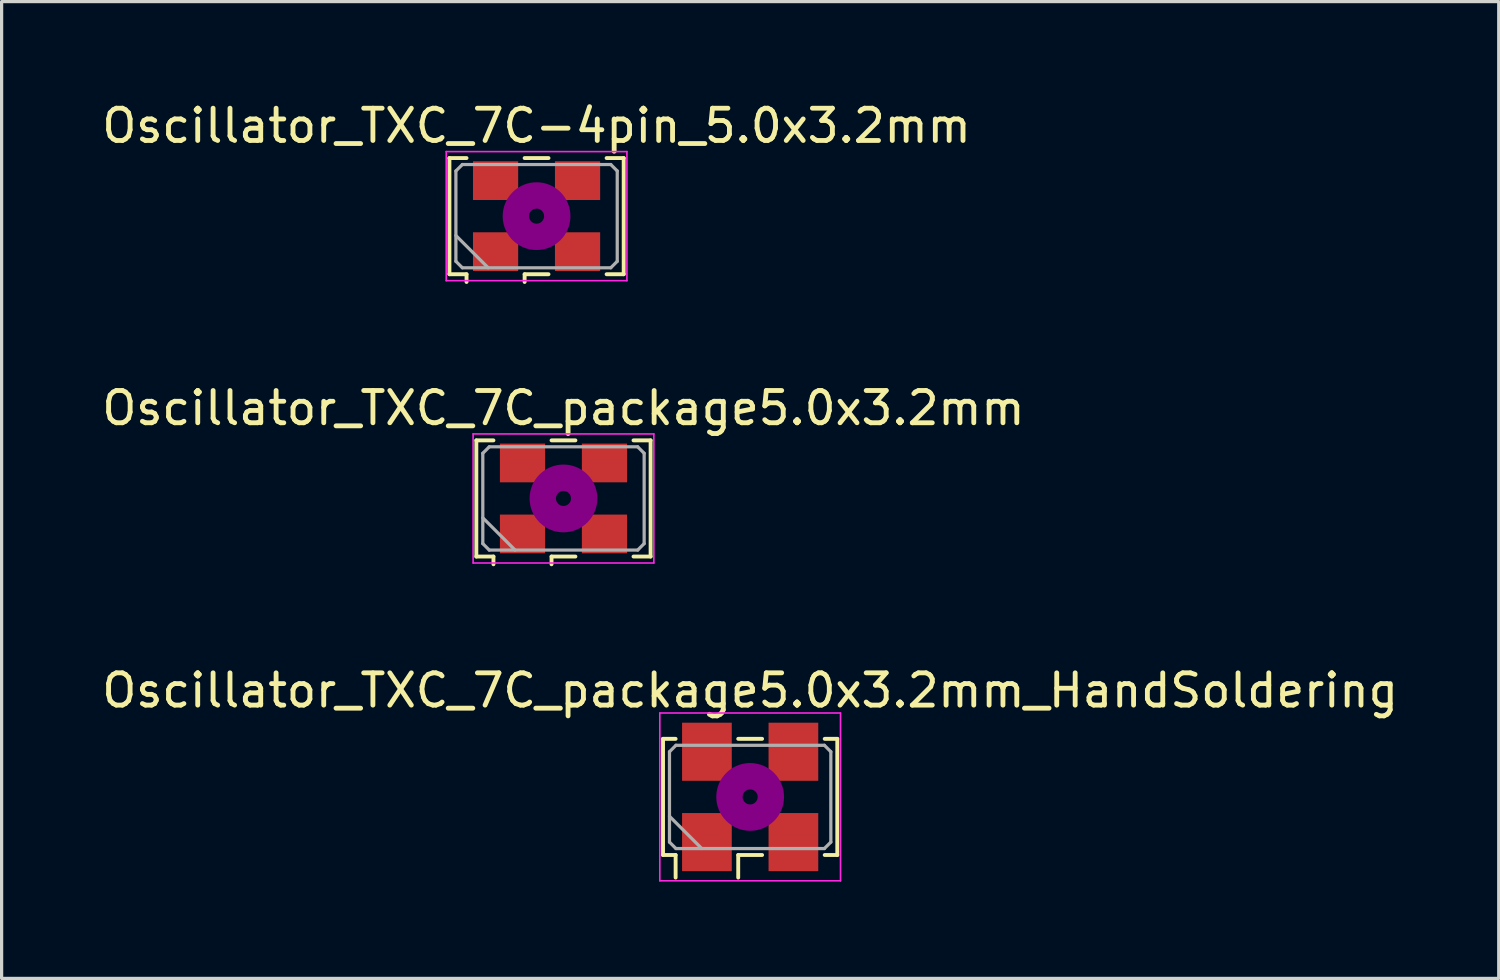
<source format=kicad_pcb>
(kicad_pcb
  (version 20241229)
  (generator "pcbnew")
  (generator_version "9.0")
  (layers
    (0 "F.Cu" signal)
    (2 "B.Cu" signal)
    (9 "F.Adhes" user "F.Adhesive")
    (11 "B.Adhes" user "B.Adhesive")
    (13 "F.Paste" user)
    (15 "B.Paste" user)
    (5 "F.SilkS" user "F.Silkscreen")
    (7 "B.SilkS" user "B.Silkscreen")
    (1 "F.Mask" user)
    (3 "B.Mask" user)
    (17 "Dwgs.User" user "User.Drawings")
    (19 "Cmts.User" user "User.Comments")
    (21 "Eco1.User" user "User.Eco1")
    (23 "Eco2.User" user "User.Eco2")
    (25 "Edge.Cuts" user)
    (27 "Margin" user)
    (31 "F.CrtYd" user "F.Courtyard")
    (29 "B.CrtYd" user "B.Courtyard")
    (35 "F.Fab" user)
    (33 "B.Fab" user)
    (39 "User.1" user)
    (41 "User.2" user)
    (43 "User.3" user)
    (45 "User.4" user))
  (footprint "Oscillator_TXC_7C_package5.0x3.2mm_HandSoldering"
    (layer "F.Cu")
    (at 20.196 21.645)
    (property "Reference" "Oscillator_TXC_7C_package5.0x3.2mm_HandSoldering" (at 0 -3.3 0) (layer "F.SilkS") (effects (font (size 1 1) (thickness 0.15))))
    (attr smd)
    (fp_line (start -2.7 -1.8) (end -2.31 -1.8) (stroke (width 0.12) (type solid)) (layer "F.SilkS"))
    (fp_line (start -2.7 1.8) (end -2.7 -1.8) (stroke (width 0.12) (type solid)) (layer "F.SilkS"))
    (fp_line (start -2.31 1.8) (end -2.7 1.8) (stroke (width 0.12) (type solid)) (layer "F.SilkS"))
    (fp_line (start -2.31 2.5) (end -2.31 1.8) (stroke (width 0.12) (type solid)) (layer "F.SilkS"))
    (fp_line (start -0.37 -1.8) (end 0.37 -1.8) (stroke (width 0.12) (type solid)) (layer "F.SilkS"))
    (fp_line (start -0.37 1.8) (end -0.37 2.5) (stroke (width 0.12) (type solid)) (layer "F.SilkS"))
    (fp_line (start 0.37 1.8) (end -0.37 1.8) (stroke (width 0.12) (type solid)) (layer "F.SilkS"))
    (fp_line (start 2.31 -1.8) (end 2.7 -1.8) (stroke (width 0.12) (type solid)) (layer "F.SilkS"))
    (fp_line (start 2.7 -1.8) (end 2.7 1.8) (stroke (width 0.12) (type solid)) (layer "F.SilkS"))
    (fp_line (start 2.7 1.8) (end 2.31 1.8) (stroke (width 0.12) (type solid)) (layer "F.SilkS"))
    (fp_circle (center 0 0) (end 0.233 0) (stroke (width 0.467) (type solid)) (fill no) (layer "F.Adhes"))
    (fp_circle (center 0 0) (end 0.533 0) (stroke (width 0.333) (type solid)) (fill no) (layer "F.Adhes"))
    (fp_circle (center 0 0) (end 0.833 0) (stroke (width 0.333) (type solid)) (fill no) (layer "F.Adhes"))
    (fp_circle (center 0 0) (end 1 0) (stroke (width 0.1) (type solid)) (fill no) (layer "F.Adhes"))
    (fp_line (start -2.8 -2.6) (end -2.8 2.6) (stroke (width 0.05) (type solid)) (layer "F.CrtYd"))
    (fp_line (start -2.8 2.6) (end 2.8 2.6) (stroke (width 0.05) (type solid)) (layer "F.CrtYd"))
    (fp_line (start 2.8 -2.6) (end -2.8 -2.6) (stroke (width 0.05) (type solid)) (layer "F.CrtYd"))
    (fp_line (start 2.8 2.6) (end 2.8 -2.6) (stroke (width 0.05) (type solid)) (layer "F.CrtYd"))
    (fp_line (start -2.5 -1.4) (end -2.3 -1.6) (stroke (width 0.1) (type solid)) (layer "F.Fab"))
    (fp_line (start -2.5 0.6) (end -1.5 1.6) (stroke (width 0.1) (type solid)) (layer "F.Fab"))
    (fp_line (start -2.5 1.4) (end -2.5 -1.4) (stroke (width 0.1) (type solid)) (layer "F.Fab"))
    (fp_line (start -2.3 -1.6) (end 2.3 -1.6) (stroke (width 0.1) (type solid)) (layer "F.Fab"))
    (fp_line (start -2.3 1.6) (end -2.5 1.4) (stroke (width 0.1) (type solid)) (layer "F.Fab"))
    (fp_line (start 2.3 -1.6) (end 2.5 -1.4) (stroke (width 0.1) (type solid)) (layer "F.Fab"))
    (fp_line (start 2.3 1.6) (end -2.3 1.6) (stroke (width 0.1) (type solid)) (layer "F.Fab"))
    (fp_line (start 2.5 -1.4) (end 2.5 1.4) (stroke (width 0.1) (type solid)) (layer "F.Fab"))
    (fp_line (start 2.5 1.4) (end 2.3 1.6) (stroke (width 0.1) (type solid)) (layer "F.Fab"))
    (pad "1" smd rect (at -1.34 1.4) (size 1.54 1.8) (layers "F.Cu" "F.Mask"))
    (pad "2" smd rect (at 1.34 1.4) (size 1.54 1.8) (layers "F.Cu" "F.Mask"))
    (pad "3" smd rect (at 1.34 -1.4) (size 1.54 1.8) (layers "F.Cu" "F.Mask"))
    (pad "4" smd rect (at -1.34 -1.4) (size 1.54 1.8) (layers "F.Cu" "F.Mask")))
  (footprint "Oscillator_TXC_7C_package5.0x3.2mm"
    (layer "F.Cu")
    (at 14.411 12.396)
    (property "Reference" "Oscillator_TXC_7C_package5.0x3.2mm" (at 0 -2.8 0) (layer "F.SilkS") (effects (font (size 1 1) (thickness 0.15))))
    (attr smd)
    (fp_line (start -2.7 -1.8) (end -2.17 -1.8) (stroke (width 0.12) (type solid)) (layer "F.SilkS"))
    (fp_line (start -2.7 1.8) (end -2.7 -1.8) (stroke (width 0.12) (type solid)) (layer "F.SilkS"))
    (fp_line (start -2.17 1.8) (end -2.7 1.8) (stroke (width 0.12) (type solid)) (layer "F.SilkS"))
    (fp_line (start -2.17 2.04) (end -2.17 1.8) (stroke (width 0.12) (type solid)) (layer "F.SilkS"))
    (fp_line (start -0.37 -1.8) (end 0.37 -1.8) (stroke (width 0.12) (type solid)) (layer "F.SilkS"))
    (fp_line (start -0.37 1.8) (end -0.37 2.04) (stroke (width 0.12) (type solid)) (layer "F.SilkS"))
    (fp_line (start 0.37 1.8) (end -0.37 1.8) (stroke (width 0.12) (type solid)) (layer "F.SilkS"))
    (fp_line (start 2.17 -1.8) (end 2.7 -1.8) (stroke (width 0.12) (type solid)) (layer "F.SilkS"))
    (fp_line (start 2.7 -1.8) (end 2.7 1.8) (stroke (width 0.12) (type solid)) (layer "F.SilkS"))
    (fp_line (start 2.7 1.8) (end 2.17 1.8) (stroke (width 0.12) (type solid)) (layer "F.SilkS"))
    (fp_circle (center 0 0) (end 0.233 0) (stroke (width 0.467) (type solid)) (fill no) (layer "F.Adhes"))
    (fp_circle (center 0 0) (end 0.533 0) (stroke (width 0.333) (type solid)) (fill no) (layer "F.Adhes"))
    (fp_circle (center 0 0) (end 0.833 0) (stroke (width 0.333) (type solid)) (fill no) (layer "F.Adhes"))
    (fp_circle (center 0 0) (end 1 0) (stroke (width 0.1) (type solid)) (fill no) (layer "F.Adhes"))
    (fp_line (start -2.8 -2) (end -2.8 2) (stroke (width 0.05) (type solid)) (layer "F.CrtYd"))
    (fp_line (start -2.8 2) (end 2.8 2) (stroke (width 0.05) (type solid)) (layer "F.CrtYd"))
    (fp_line (start 2.8 -2) (end -2.8 -2) (stroke (width 0.05) (type solid)) (layer "F.CrtYd"))
    (fp_line (start 2.8 2) (end 2.8 -2) (stroke (width 0.05) (type solid)) (layer "F.CrtYd"))
    (fp_line (start -2.5 -1.4) (end -2.3 -1.6) (stroke (width 0.1) (type solid)) (layer "F.Fab"))
    (fp_line (start -2.5 0.6) (end -1.5 1.6) (stroke (width 0.1) (type solid)) (layer "F.Fab"))
    (fp_line (start -2.5 1.4) (end -2.5 -1.4) (stroke (width 0.1) (type solid)) (layer "F.Fab"))
    (fp_line (start -2.3 -1.6) (end 2.3 -1.6) (stroke (width 0.1) (type solid)) (layer "F.Fab"))
    (fp_line (start -2.3 1.6) (end -2.5 1.4) (stroke (width 0.1) (type solid)) (layer "F.Fab"))
    (fp_line (start 2.3 -1.6) (end 2.5 -1.4) (stroke (width 0.1) (type solid)) (layer "F.Fab"))
    (fp_line (start 2.3 1.6) (end -2.3 1.6) (stroke (width 0.1) (type solid)) (layer "F.Fab"))
    (fp_line (start 2.5 -1.4) (end 2.5 1.4) (stroke (width 0.1) (type solid)) (layer "F.Fab"))
    (fp_line (start 2.5 1.4) (end 2.3 1.6) (stroke (width 0.1) (type solid)) (layer "F.Fab"))
    (pad "1" smd rect (at -1.27 1.1) (size 1.4 1.2) (layers "F.Cu" "F.Mask"))
    (pad "2" smd rect (at 1.27 1.1) (size 1.4 1.2) (layers "F.Cu" "F.Mask"))
    (pad "3" smd rect (at 1.27 -1.1) (size 1.4 1.2) (layers "F.Cu" "F.Mask"))
    (pad "4" smd rect (at -1.27 -1.1) (size 1.4 1.2) (layers "F.Cu" "F.Mask")))
  (footprint "Oscillator_TXC_7C-4pin_5.0x3.2mm"
    (layer "F.Cu")
    (at 13.577 3.648)
    (property "Reference" "Oscillator_TXC_7C-4pin_5.0x3.2mm" (at 0 -2.8 0) (layer "F.SilkS") (effects (font (size 1 1) (thickness 0.15))))
    (attr smd)
    (fp_line (start -2.7 -1.8) (end -2.17 -1.8) (stroke (width 0.12) (type solid)) (layer "F.SilkS"))
    (fp_line (start -2.7 1.8) (end -2.7 -1.8) (stroke (width 0.12) (type solid)) (layer "F.SilkS"))
    (fp_line (start -2.17 1.8) (end -2.7 1.8) (stroke (width 0.12) (type solid)) (layer "F.SilkS"))
    (fp_line (start -2.17 2.04) (end -2.17 1.8) (stroke (width 0.12) (type solid)) (layer "F.SilkS"))
    (fp_line (start -0.37 -1.8) (end 0.37 -1.8) (stroke (width 0.12) (type solid)) (layer "F.SilkS"))
    (fp_line (start -0.37 1.8) (end -0.37 2.04) (stroke (width 0.12) (type solid)) (layer "F.SilkS"))
    (fp_line (start 0.37 1.8) (end -0.37 1.8) (stroke (width 0.12) (type solid)) (layer "F.SilkS"))
    (fp_line (start 2.17 -1.8) (end 2.7 -1.8) (stroke (width 0.12) (type solid)) (layer "F.SilkS"))
    (fp_line (start 2.7 -1.8) (end 2.7 1.8) (stroke (width 0.12) (type solid)) (layer "F.SilkS"))
    (fp_line (start 2.7 1.8) (end 2.17 1.8) (stroke (width 0.12) (type solid)) (layer "F.SilkS"))
    (fp_circle (center 0 0) (end 0.233 0) (stroke (width 0.467) (type solid)) (fill no) (layer "F.Adhes"))
    (fp_circle (center 0 0) (end 0.533 0) (stroke (width 0.333) (type solid)) (fill no) (layer "F.Adhes"))
    (fp_circle (center 0 0) (end 0.833 0) (stroke (width 0.333) (type solid)) (fill no) (layer "F.Adhes"))
    (fp_circle (center 0 0) (end 1 0) (stroke (width 0.1) (type solid)) (fill no) (layer "F.Adhes"))
    (fp_line (start -2.8 -2) (end -2.8 2) (stroke (width 0.05) (type solid)) (layer "F.CrtYd"))
    (fp_line (start -2.8 2) (end 2.8 2) (stroke (width 0.05) (type solid)) (layer "F.CrtYd"))
    (fp_line (start 2.8 -2) (end -2.8 -2) (stroke (width 0.05) (type solid)) (layer "F.CrtYd"))
    (fp_line (start 2.8 2) (end 2.8 -2) (stroke (width 0.05) (type solid)) (layer "F.CrtYd"))
    (fp_line (start -2.5 -1.4) (end -2.3 -1.6) (stroke (width 0.1) (type solid)) (layer "F.Fab"))
    (fp_line (start -2.5 0.6) (end -1.5 1.6) (stroke (width 0.1) (type solid)) (layer "F.Fab"))
    (fp_line (start -2.5 1.4) (end -2.5 -1.4) (stroke (width 0.1) (type solid)) (layer "F.Fab"))
    (fp_line (start -2.3 -1.6) (end 2.3 -1.6) (stroke (width 0.1) (type solid)) (layer "F.Fab"))
    (fp_line (start -2.3 1.6) (end -2.5 1.4) (stroke (width 0.1) (type solid)) (layer "F.Fab"))
    (fp_line (start 2.3 -1.6) (end 2.5 -1.4) (stroke (width 0.1) (type solid)) (layer "F.Fab"))
    (fp_line (start 2.3 1.6) (end -2.3 1.6) (stroke (width 0.1) (type solid)) (layer "F.Fab"))
    (fp_line (start 2.5 -1.4) (end 2.5 1.4) (stroke (width 0.1) (type solid)) (layer "F.Fab"))
    (fp_line (start 2.5 1.4) (end 2.3 1.6) (stroke (width 0.1) (type solid)) (layer "F.Fab"))
    (pad "1" smd rect (at -1.27 1.1) (size 1.4 1.2) (layers "F.Cu" "F.Mask"))
    (pad "2" smd rect (at 1.27 1.1) (size 1.4 1.2) (layers "F.Cu" "F.Mask"))
    (pad "3" smd rect (at 1.27 -1.1) (size 1.4 1.2) (layers "F.Cu" "F.Mask"))
    (pad "4" smd rect (at -1.27 -1.1) (size 1.4 1.2) (layers "F.Cu" "F.Mask")))
  (gr_rect
    (start -3 -3)
    (end 43.393 27.27)
    (stroke (width 0.1) (type default))
    (fill no)
    (layer "Edge.Cuts")))
</source>
